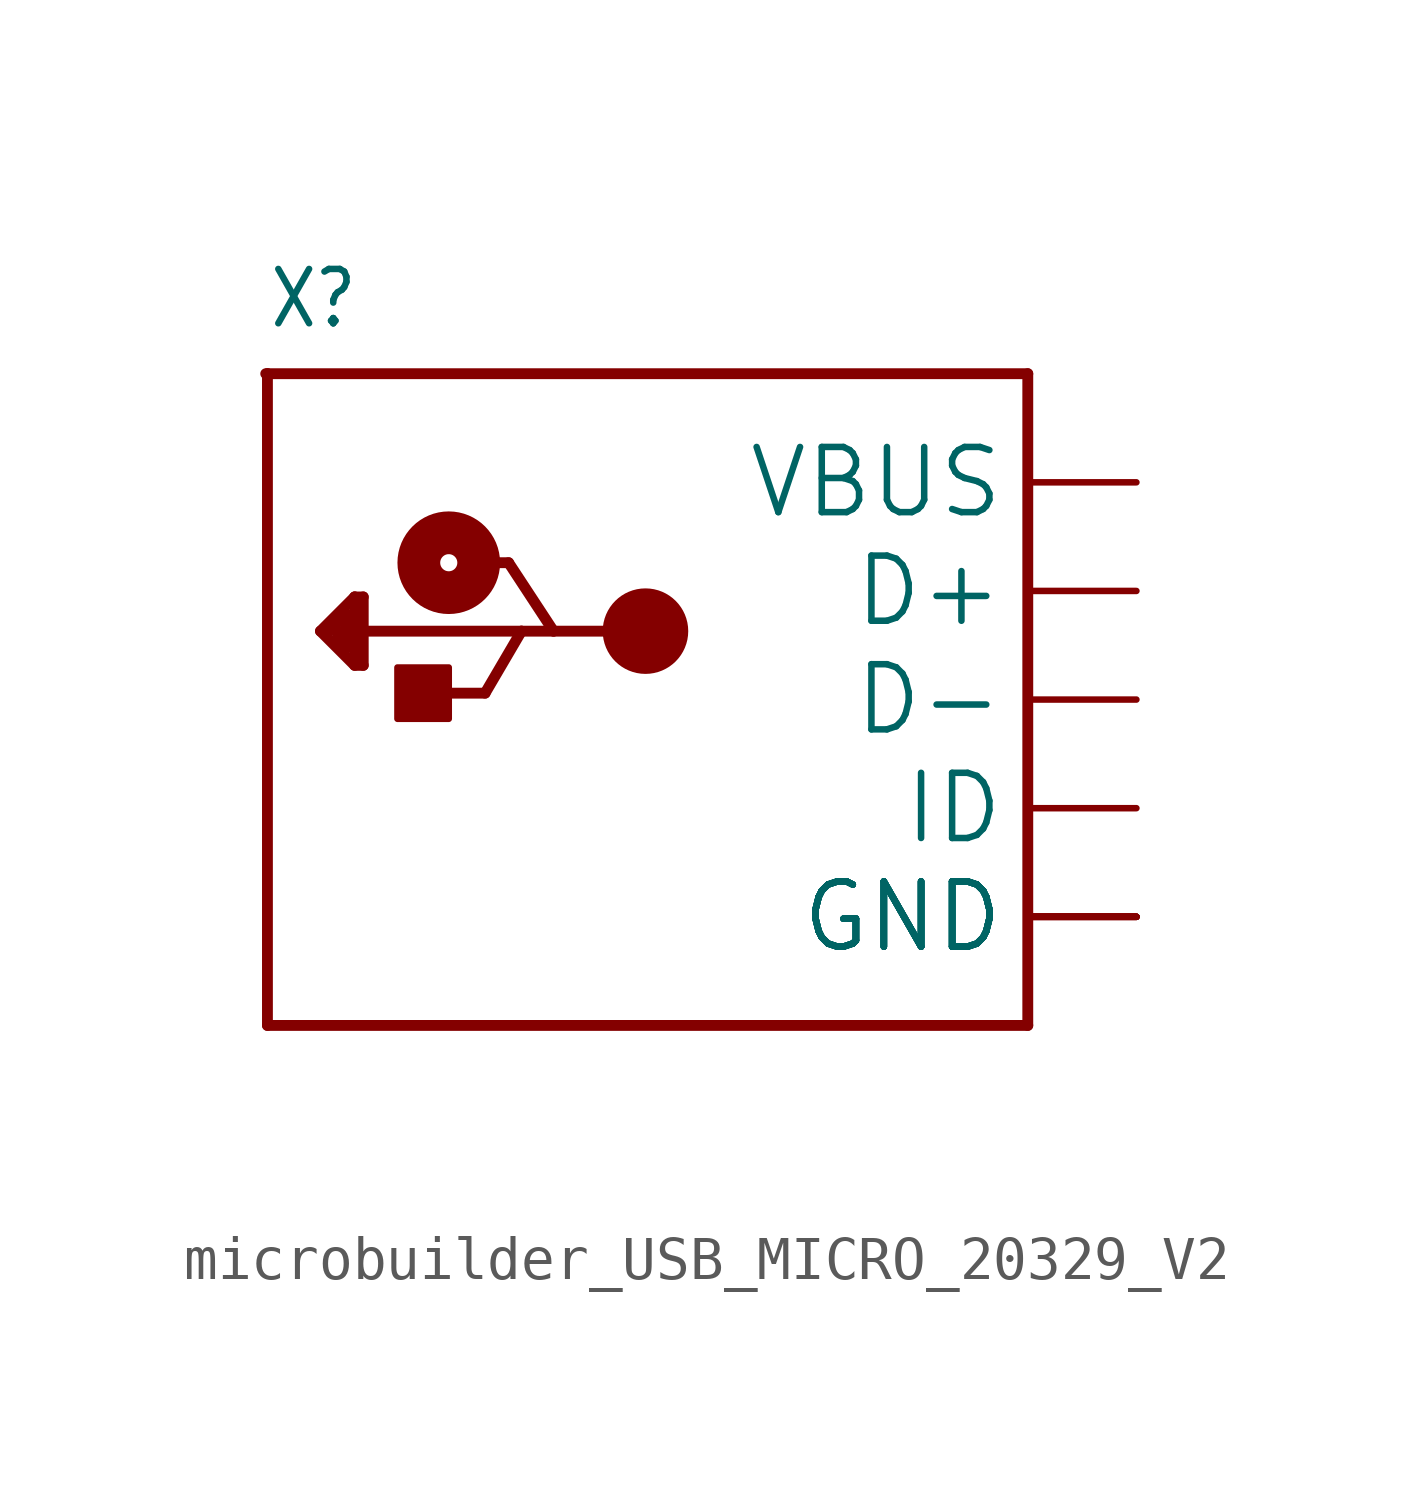
<source format=kicad_sym>
(kicad_symbol_lib
  (version 20241209)
  (generator "kicad_symbol_editor")
  (generator_version "9.0")
  (symbol "microbuilder_USB_MICRO_20329_V2"
    (property "Reference" "X"
      (at -10.16 8.636 0)
      (effects (font (size 1.27 1.079)) (justify left bottom)))
    (property "Value" ""
      (at -10.16 -10.16 0)
      (effects (font (size 1.27 1.079)) (justify left bottom)))
    (property "ki_locked" ""
      (at 0 0 0)
      (effects (font (size 1.27 1.27))))
    (symbol "microbuilder_USB_MICRO_20329_V2_1_0"
      (polyline (pts (xy -10.2 7.62) (xy -10.16 7.62)) (stroke (width 0.254) (type solid)) (fill (type none)))
      (polyline (pts (xy -10.16 7.62) (xy -10.16 -7.62)) (stroke (width 0.254) (type solid)) (fill (type none)))
      (polyline (pts (xy -10.16 7.62) (xy 7.62 7.62)) (stroke (width 0.254) (type solid)) (fill (type none)))
      (polyline (pts (xy -10.16 -7.62) (xy 7.62 -7.62)) (stroke (width 0.254) (type solid)) (fill (type none)))
      (polyline (pts (xy -8.92 1.6) (xy -8.12 2.4)) (stroke (width 0.254) (type solid)) (fill (type none)))
      (polyline (pts (xy -8.52 1.6) (xy -8.52 1.4)) (stroke (width 0.254) (type solid)) (fill (type none)))
      (polyline (pts (xy -8.52 1.4) (xy -8.32 1.2)) (stroke (width 0.254) (type solid)) (fill (type none)))
      (polyline (pts (xy -8.32 2) (xy -8.72 1.6)) (stroke (width 0.254) (type solid)) (fill (type none)))
      (polyline (pts (xy -8.32 1.2) (xy -8.32 2)) (stroke (width 0.254) (type solid)) (fill (type none)))
      (polyline (pts (xy -8.12 2.4) (xy -7.92 2.4)) (stroke (width 0.254) (type solid)) (fill (type none)))
      (polyline (pts (xy -8.12 1) (xy -8.12 2.4)) (stroke (width 0.254) (type solid)) (fill (type none)))
      (polyline (pts (xy -8.12 0.8) (xy -8.92 1.6)) (stroke (width 0.254) (type solid)) (fill (type none)))
      (polyline (pts (xy -7.92 2.4) (xy -7.92 1.6)) (stroke (width 0.254) (type solid)) (fill (type none)))
      (polyline (pts (xy -7.92 1.6) (xy -7.92 0.8)) (stroke (width 0.254) (type solid)) (fill (type none)))
      (polyline (pts (xy -7.92 0.8) (xy -8.12 0.8)) (stroke (width 0.254) (type solid)) (fill (type none)))
      (rectangle (start -7.12 -0.45) (end -5.92 0.75) (stroke (width 0) (type default)) (fill (type outline)))
      (polyline (pts (xy -6.27 0.15) (xy -5.07 0.15)) (stroke (width 0.254) (type solid)) (fill (type none)))
      (circle (center -5.92 3.2) (radius 0.2) (stroke (width 1) (type solid)) (fill (type none)))
      (polyline (pts (xy -5.52 3.2) (xy -4.52 3.2)) (stroke (width 0.254) (type solid)) (fill (type none)))
      (polyline (pts (xy -5.07 0.15) (xy -4.22 1.6)) (stroke (width 0.254) (type solid)) (fill (type none)))
      (polyline (pts (xy -4.52 3.2) (xy -3.47 1.6)) (stroke (width 0.254) (type solid)) (fill (type none)))
      (polyline (pts (xy -4.22 1.6) (xy -7.92 1.6)) (stroke (width 0.254) (type solid)) (fill (type none)))
      (polyline (pts (xy -3.47 1.6) (xy -4.22 1.6)) (stroke (width 0.254) (type solid)) (fill (type none)))
      (circle (center -1.32 1.6) (radius 0.5) (stroke (width 1) (type solid)) (fill (type none)))
      (polyline (pts (xy -1.32 1.6) (xy -3.47 1.6)) (stroke (width 0.254) (type solid)) (fill (type none)))
      (polyline (pts (xy 7.62 7.62) (xy 7.62 -7.62)) (stroke (width 0.254) (type solid)) (fill (type none)))
      (pin power_in line (at 10.16 5.08 180) (length 2.54) (name "VBUS" (effects (font (size 1.524 1.524)))) (number "VBUS" (effects (font (size 0 0)))))
      (pin bidirectional line (at 10.16 2.54 180) (length 2.54) (name "D+" (effects (font (size 1.524 1.524)))) (number "D+" (effects (font (size 0 0)))))
      (pin bidirectional line (at 10.16 0 180) (length 2.54) (name "D-" (effects (font (size 1.524 1.524)))) (number "D-" (effects (font (size 0 0)))))
      (pin bidirectional line (at 10.16 -2.54 180) (length 2.54) (name "ID" (effects (font (size 1.524 1.524)))) (number "ID" (effects (font (size 0 0)))))
      (pin power_in line (at 10.16 -5.08 180) (length 2.54) (name "GND" (effects (font (size 1.524 1.524)))) (number "BASE@1" (effects (font (size 0 0)))))
      (pin power_in line (at 10.16 -5.08 180) (length 2.54) (name "GND" (effects (font (size 1.524 1.524)))) (number "BASE@2" (effects (font (size 0 0)))))
      (pin power_in line (at 10.16 -5.08 180) (length 2.54) (name "GND" (effects (font (size 1.524 1.524)))) (number "GND" (effects (font (size 0 0)))))
      (pin power_in line (at 10.16 -5.08 180) (length 2.54) (name "GND" (effects (font (size 1.524 1.524)))) (number "SPRT@1" (effects (font (size 0 0)))))
      (pin power_in line (at 10.16 -5.08 180) (length 2.54) (name "GND" (effects (font (size 1.524 1.524)))) (number "SPRT@2" (effects (font (size 0 0)))))
      (pin power_in line (at 10.16 -5.08 180) (length 2.54) (name "GND" (effects (font (size 1.524 1.524)))) (number "SPRT@3" (effects (font (size 0 0)))))
      (pin power_in line (at 10.16 -5.08 180) (length 2.54) (name "GND" (effects (font (size 1.524 1.524)))) (number "SPRT@4" (effects (font (size 0 0))))))))
</source>
